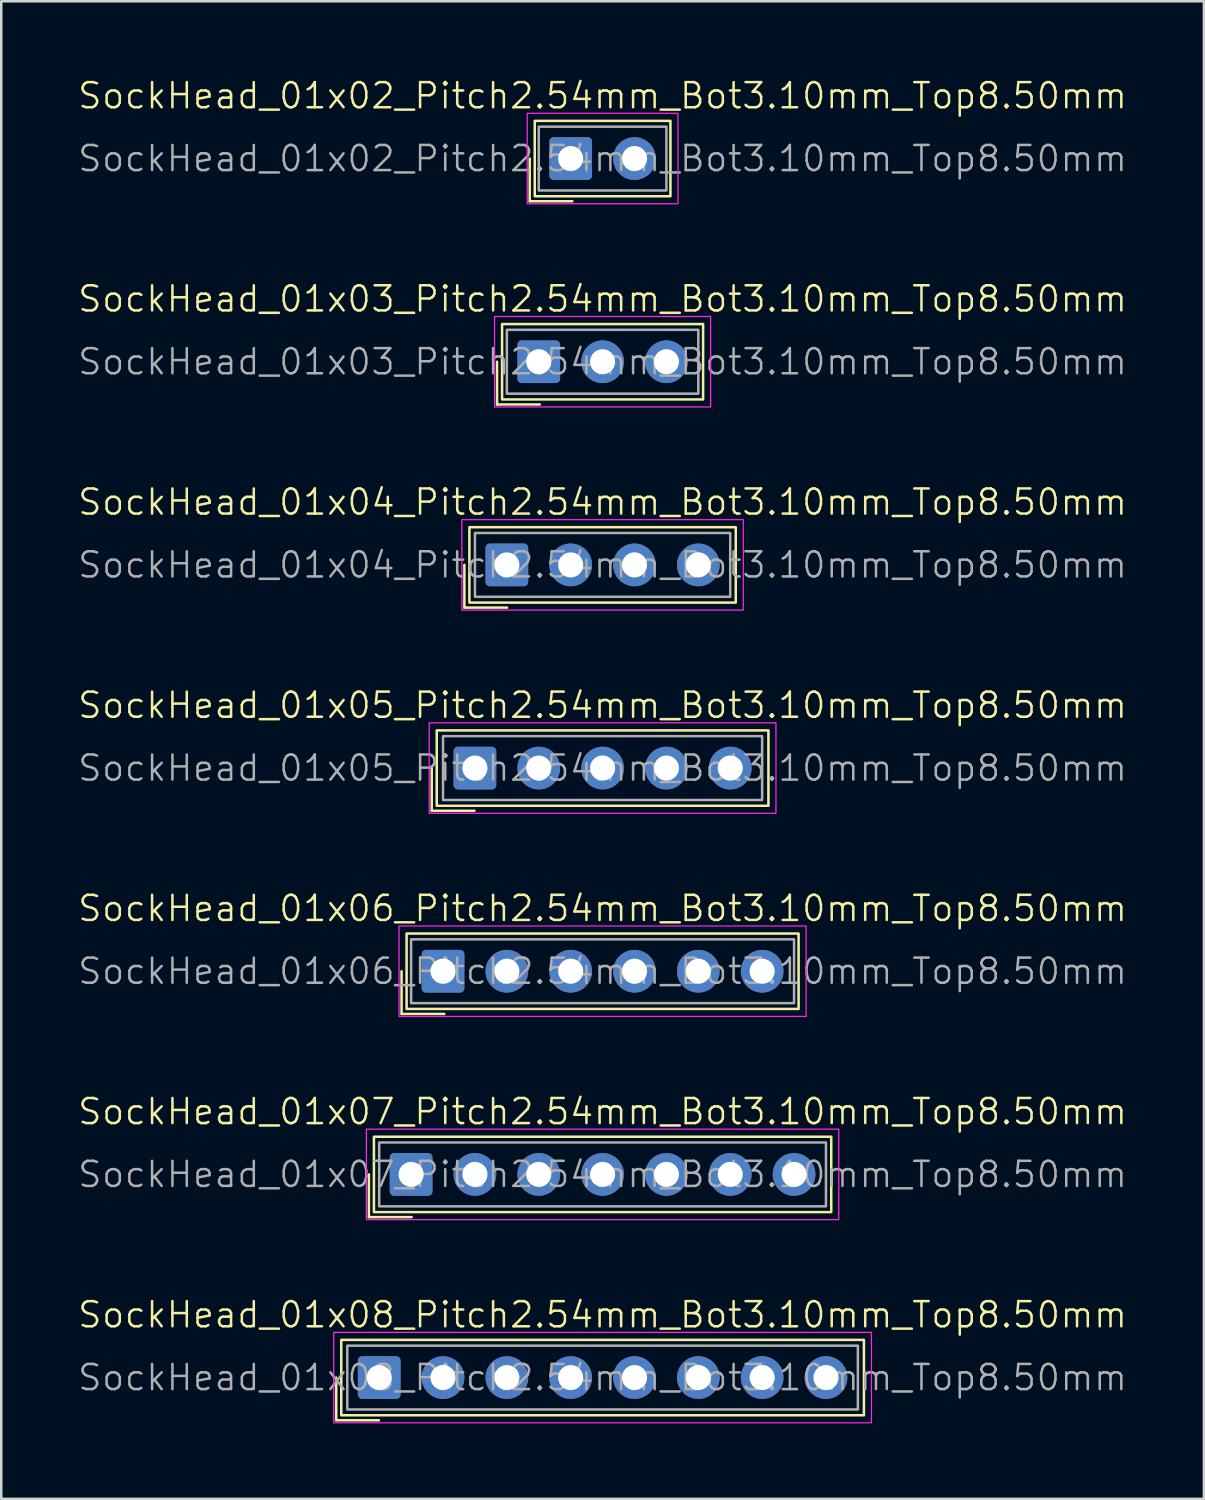
<source format=kicad_pcb>
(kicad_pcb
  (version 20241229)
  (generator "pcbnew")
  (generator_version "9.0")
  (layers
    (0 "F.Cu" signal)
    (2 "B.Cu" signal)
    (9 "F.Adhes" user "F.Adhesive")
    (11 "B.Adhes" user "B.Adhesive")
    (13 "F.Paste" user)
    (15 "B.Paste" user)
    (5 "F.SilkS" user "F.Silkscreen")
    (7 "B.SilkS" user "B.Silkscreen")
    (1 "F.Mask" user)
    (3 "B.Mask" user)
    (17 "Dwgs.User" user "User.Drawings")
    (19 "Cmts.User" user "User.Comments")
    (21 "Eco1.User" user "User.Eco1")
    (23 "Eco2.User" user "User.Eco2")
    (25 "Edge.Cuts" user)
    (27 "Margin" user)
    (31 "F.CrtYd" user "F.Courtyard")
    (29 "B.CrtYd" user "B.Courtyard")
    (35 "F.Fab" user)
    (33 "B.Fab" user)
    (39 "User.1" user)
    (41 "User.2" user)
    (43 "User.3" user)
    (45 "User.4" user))
  (footprint "SockHead_01x07_Pitch2.54mm_Bot3.10mm_Top8.50mm"
    (layer "F.Cu")
    (at 20.931 43.688)
    (property "Reference" "SockHead_01x07_Pitch2.54mm_Bot3.10mm_Top8.50mm" (at 0 -2.5 0) (unlocked yes) (layer "F.SilkS") (effects (font (size 1 1) (thickness 0.1))))
    (attr through_hole)
    (fp_line (start -9.3 0) (end -9.3 1.7) (stroke (width 0.1) (type default)) (layer "F.SilkS"))
    (fp_line (start -9.3 1.7) (end -7.6 1.7) (stroke (width 0.1) (type default)) (layer "F.SilkS"))
    (fp_rect (start -9.1 -1.5) (end 9.1 1.5) (stroke (width 0.1) (type default)) (fill no) (layer "F.SilkS"))
    (fp_rect (start -9.4 1.8) (end 9.4 -1.8) (stroke (width 0.05) (type default)) (fill no) (layer "F.CrtYd"))
    (fp_rect (start -8.89 -1.27) (end 8.89 1.27) (stroke (width 0.1) (type default)) (fill no) (layer "F.Fab"))
    (fp_text user "${REFERENCE}" (at 0 0 0) (unlocked yes) (layer "F.Fab") (effects (font (size 1 1) (thickness 0.1))))
    (pad "1" thru_hole roundrect (at -7.62 0) (size 1.7 1.7) (drill 1) (layers "*.Cu" "*.Mask") (roundrect_rratio 0.1))
    (pad "2" thru_hole circle (at -5.08 0) (size 1.7 1.7) (drill 1) (layers "*.Cu" "*.Mask"))
    (pad "3" thru_hole circle (at -2.54 0) (size 1.7 1.7) (drill 1) (layers "*.Cu" "*.Mask"))
    (pad "4" thru_hole circle (at 0 0) (size 1.7 1.7) (drill 1) (layers "*.Cu" "*.Mask"))
    (pad "5" thru_hole circle (at 2.54 0) (size 1.7 1.7) (drill 1) (layers "*.Cu" "*.Mask"))
    (pad "6" thru_hole circle (at 5.08 0) (size 1.7 1.7) (drill 1) (layers "*.Cu" "*.Mask"))
    (pad "7" thru_hole circle (at 7.62 0) (size 1.7 1.7) (drill 1) (layers "*.Cu" "*.Mask")))
  (footprint "SockHead_01x08_Pitch2.54mm_Bot3.10mm_Top8.50mm"
    (layer "F.Cu")
    (at 20.931 51.773)
    (property "Reference" "SockHead_01x08_Pitch2.54mm_Bot3.10mm_Top8.50mm" (at 0 -2.5 0) (unlocked yes) (layer "F.SilkS") (effects (font (size 1 1) (thickness 0.1))))
    (attr through_hole)
    (fp_line (start -10.6 0) (end -10.6 1.7) (stroke (width 0.1) (type default)) (layer "F.SilkS"))
    (fp_line (start -10.6 1.7) (end -8.9 1.7) (stroke (width 0.1) (type default)) (layer "F.SilkS"))
    (fp_rect (start -10.4 -1.5) (end 10.4 1.5) (stroke (width 0.1) (type default)) (fill no) (layer "F.SilkS"))
    (fp_rect (start -10.7 1.8) (end 10.7 -1.8) (stroke (width 0.05) (type default)) (fill no) (layer "F.CrtYd"))
    (fp_rect (start -10.16 -1.27) (end 10.16 1.27) (stroke (width 0.1) (type default)) (fill no) (layer "F.Fab"))
    (fp_text user "${REFERENCE}" (at 0 0 0) (unlocked yes) (layer "F.Fab") (effects (font (size 1 1) (thickness 0.1))))
    (pad "1" thru_hole roundrect (at -8.89 0) (size 1.7 1.7) (drill 1) (layers "*.Cu" "*.Mask") (roundrect_rratio 0.1))
    (pad "2" thru_hole circle (at -6.35 0) (size 1.7 1.7) (drill 1) (layers "*.Cu" "*.Mask"))
    (pad "3" thru_hole circle (at -3.81 0) (size 1.7 1.7) (drill 1) (layers "*.Cu" "*.Mask"))
    (pad "4" thru_hole circle (at -1.27 0) (size 1.7 1.7) (drill 1) (layers "*.Cu" "*.Mask"))
    (pad "5" thru_hole circle (at 1.27 0) (size 1.7 1.7) (drill 1) (layers "*.Cu" "*.Mask"))
    (pad "6" thru_hole circle (at 3.81 0) (size 1.7 1.7) (drill 1) (layers "*.Cu" "*.Mask"))
    (pad "7" thru_hole circle (at 6.35 0) (size 1.7 1.7) (drill 1) (layers "*.Cu" "*.Mask"))
    (pad "8" thru_hole circle (at 8.89 0) (size 1.7 1.7) (drill 1) (layers "*.Cu" "*.Mask")))
  (footprint "SockHead_01x03_Pitch2.54mm_Bot3.10mm_Top8.50mm"
    (layer "F.Cu")
    (at 20.931 11.346)
    (property "Reference" "SockHead_01x03_Pitch2.54mm_Bot3.10mm_Top8.50mm" (at 0 -2.5 0) (unlocked yes) (layer "F.SilkS") (effects (font (size 1 1) (thickness 0.1))))
    (attr through_hole)
    (fp_line (start -4.2 0) (end -4.2 1.7) (stroke (width 0.1) (type default)) (layer "F.SilkS"))
    (fp_line (start -4.2 1.7) (end -2.5 1.7) (stroke (width 0.1) (type default)) (layer "F.SilkS"))
    (fp_rect (start -4 -1.5) (end 4 1.5) (stroke (width 0.1) (type default)) (fill no) (layer "F.SilkS"))
    (fp_rect (start -4.3 1.8) (end 4.3 -1.8) (stroke (width 0.05) (type default)) (fill no) (layer "F.CrtYd"))
    (fp_rect (start -3.81 -1.27) (end 3.81 1.27) (stroke (width 0.1) (type default)) (fill no) (layer "F.Fab"))
    (fp_text user "${REFERENCE}" (at 0 0 0) (unlocked yes) (layer "F.Fab") (effects (font (size 1 1) (thickness 0.1))))
    (pad "1" thru_hole roundrect (at -2.54 0) (size 1.7 1.7) (drill 1) (layers "*.Cu" "*.Mask") (roundrect_rratio 0.1))
    (pad "2" thru_hole circle (at 0 0) (size 1.7 1.7) (drill 1) (layers "*.Cu" "*.Mask"))
    (pad "3" thru_hole circle (at 2.54 0) (size 1.7 1.7) (drill 1) (layers "*.Cu" "*.Mask")))
  (footprint "SockHead_01x06_Pitch2.54mm_Bot3.10mm_Top8.50mm"
    (layer "F.Cu")
    (at 20.931 35.602)
    (property "Reference" "SockHead_01x06_Pitch2.54mm_Bot3.10mm_Top8.50mm" (at 0 -2.5 0) (unlocked yes) (layer "F.SilkS") (effects (font (size 1 1) (thickness 0.1))))
    (attr through_hole)
    (fp_line (start -8 0) (end -8 1.7) (stroke (width 0.1) (type default)) (layer "F.SilkS"))
    (fp_line (start -8 1.7) (end -6.3 1.7) (stroke (width 0.1) (type default)) (layer "F.SilkS"))
    (fp_rect (start -7.8 -1.5) (end 7.8 1.5) (stroke (width 0.1) (type default)) (fill no) (layer "F.SilkS"))
    (fp_rect (start -8.1 1.8) (end 8.1 -1.8) (stroke (width 0.05) (type default)) (fill no) (layer "F.CrtYd"))
    (fp_rect (start -7.62 -1.27) (end 7.62 1.27) (stroke (width 0.1) (type default)) (fill no) (layer "F.Fab"))
    (fp_text user "${REFERENCE}" (at 0 0 0) (unlocked yes) (layer "F.Fab") (effects (font (size 1 1) (thickness 0.1))))
    (pad "1" thru_hole roundrect (at -6.35 0) (size 1.7 1.7) (drill 1) (layers "*.Cu" "*.Mask") (roundrect_rratio 0.1))
    (pad "2" thru_hole circle (at -3.81 0) (size 1.7 1.7) (drill 1) (layers "*.Cu" "*.Mask"))
    (pad "3" thru_hole circle (at -1.27 0) (size 1.7 1.7) (drill 1) (layers "*.Cu" "*.Mask"))
    (pad "4" thru_hole circle (at 1.27 0) (size 1.7 1.7) (drill 1) (layers "*.Cu" "*.Mask"))
    (pad "5" thru_hole circle (at 3.81 0) (size 1.7 1.7) (drill 1) (layers "*.Cu" "*.Mask"))
    (pad "6" thru_hole circle (at 6.35 0) (size 1.7 1.7) (drill 1) (layers "*.Cu" "*.Mask")))
  (footprint "SockHead_01x05_Pitch2.54mm_Bot3.10mm_Top8.50mm"
    (layer "F.Cu")
    (at 20.931 27.517)
    (property "Reference" "SockHead_01x05_Pitch2.54mm_Bot3.10mm_Top8.50mm" (at 0 -2.5 0) (unlocked yes) (layer "F.SilkS") (effects (font (size 1 1) (thickness 0.1))))
    (attr through_hole)
    (fp_line (start -6.8 0) (end -6.8 1.7) (stroke (width 0.1) (type default)) (layer "F.SilkS"))
    (fp_line (start -6.8 1.7) (end -5.1 1.7) (stroke (width 0.1) (type default)) (layer "F.SilkS"))
    (fp_rect (start -6.6 -1.5) (end 6.6 1.5) (stroke (width 0.1) (type default)) (fill no) (layer "F.SilkS"))
    (fp_rect (start -6.9 1.8) (end 6.9 -1.8) (stroke (width 0.05) (type default)) (fill no) (layer "F.CrtYd"))
    (fp_rect (start -6.35 -1.27) (end 6.35 1.27) (stroke (width 0.1) (type default)) (fill no) (layer "F.Fab"))
    (fp_text user "${REFERENCE}" (at 0 0 0) (unlocked yes) (layer "F.Fab") (effects (font (size 1 1) (thickness 0.1))))
    (pad "1" thru_hole roundrect (at -5.08 0) (size 1.7 1.7) (drill 1) (layers "*.Cu" "*.Mask") (roundrect_rratio 0.1))
    (pad "2" thru_hole circle (at -2.54 0) (size 1.7 1.7) (drill 1) (layers "*.Cu" "*.Mask"))
    (pad "3" thru_hole circle (at 0 0) (size 1.7 1.7) (drill 1) (layers "*.Cu" "*.Mask"))
    (pad "4" thru_hole circle (at 2.54 0) (size 1.7 1.7) (drill 1) (layers "*.Cu" "*.Mask"))
    (pad "5" thru_hole circle (at 5.08 0) (size 1.7 1.7) (drill 1) (layers "*.Cu" "*.Mask")))
  (footprint "SockHead_01x04_Pitch2.54mm_Bot3.10mm_Top8.50mm"
    (layer "F.Cu")
    (at 20.931 19.431)
    (property "Reference" "SockHead_01x04_Pitch2.54mm_Bot3.10mm_Top8.50mm" (at 0 -2.5 0) (unlocked yes) (layer "F.SilkS") (effects (font (size 1 1) (thickness 0.1))))
    (attr through_hole)
    (fp_line (start -5.5 0) (end -5.5 1.7) (stroke (width 0.1) (type default)) (layer "F.SilkS"))
    (fp_line (start -5.5 1.7) (end -3.8 1.7) (stroke (width 0.1) (type default)) (layer "F.SilkS"))
    (fp_rect (start -5.3 -1.5) (end 5.3 1.5) (stroke (width 0.1) (type default)) (fill no) (layer "F.SilkS"))
    (fp_rect (start -5.6 1.8) (end 5.6 -1.8) (stroke (width 0.05) (type default)) (fill no) (layer "F.CrtYd"))
    (fp_rect (start -5.08 -1.27) (end 5.08 1.27) (stroke (width 0.1) (type default)) (fill no) (layer "F.Fab"))
    (fp_text user "${REFERENCE}" (at 0 0 0) (unlocked yes) (layer "F.Fab") (effects (font (size 1 1) (thickness 0.1))))
    (pad "1" thru_hole roundrect (at -3.81 0) (size 1.7 1.7) (drill 1) (layers "*.Cu" "*.Mask") (roundrect_rratio 0.1))
    (pad "2" thru_hole circle (at -1.27 0) (size 1.7 1.7) (drill 1) (layers "*.Cu" "*.Mask"))
    (pad "3" thru_hole circle (at 1.27 0) (size 1.7 1.7) (drill 1) (layers "*.Cu" "*.Mask"))
    (pad "4" thru_hole circle (at 3.81 0) (size 1.7 1.7) (drill 1) (layers "*.Cu" "*.Mask")))
  (footprint "SockHead_01x02_Pitch2.54mm_Bot3.10mm_Top8.50mm"
    (layer "F.Cu")
    (at 20.931 3.26)
    (property "Reference" "SockHead_01x02_Pitch2.54mm_Bot3.10mm_Top8.50mm" (at 0 -2.5 0) (unlocked yes) (layer "F.SilkS") (effects (font (size 1 1) (thickness 0.1))))
    (attr through_hole)
    (fp_line (start -2.9 0) (end -2.9 1.7) (stroke (width 0.1) (type default)) (layer "F.SilkS"))
    (fp_line (start -2.9 1.7) (end -1.2 1.7) (stroke (width 0.1) (type default)) (layer "F.SilkS"))
    (fp_rect (start -2.7 -1.5) (end 2.7 1.5) (stroke (width 0.1) (type default)) (fill no) (layer "F.SilkS"))
    (fp_rect (start -3 1.8) (end 3 -1.8) (stroke (width 0.05) (type default)) (fill no) (layer "F.CrtYd"))
    (fp_rect (start -2.54 -1.27) (end 2.54 1.27) (stroke (width 0.1) (type default)) (fill no) (layer "F.Fab"))
    (fp_text user "${REFERENCE}" (at 0 0 0) (unlocked yes) (layer "F.Fab") (effects (font (size 1 1) (thickness 0.1))))
    (pad "1" thru_hole roundrect (at -1.27 0) (size 1.7 1.7) (drill 1) (layers "*.Cu" "*.Mask") (roundrect_rratio 0.1))
    (pad "2" thru_hole circle (at 1.27 0) (size 1.7 1.7) (drill 1) (layers "*.Cu" "*.Mask")))
  (gr_rect
    (start -3 -3)
    (end 44.862 56.599)
    (stroke (width 0.1) (type default))
    (fill no)
    (layer "Edge.Cuts")))
</source>
